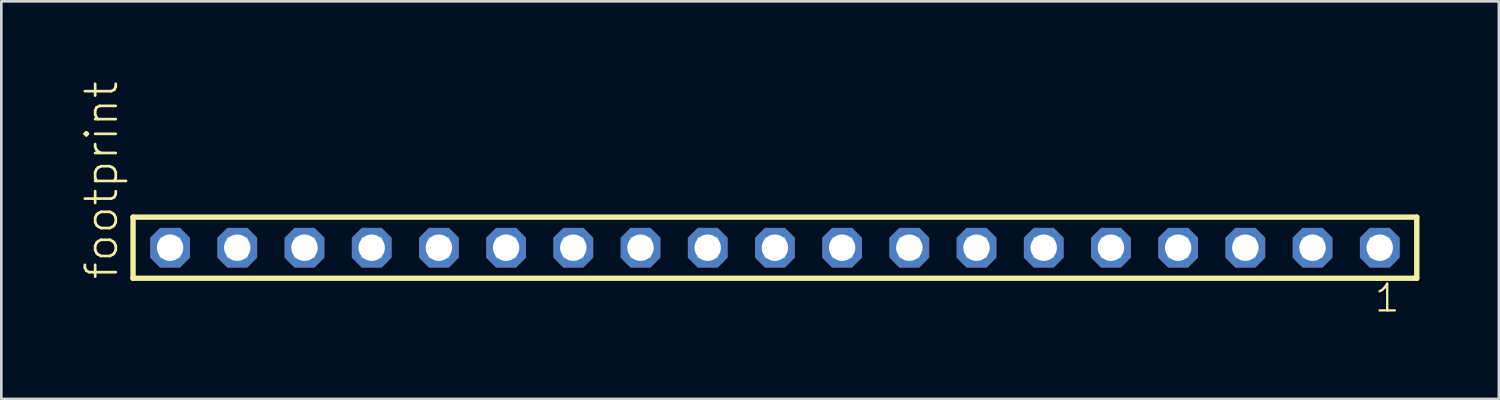
<source format=kicad_pcb>
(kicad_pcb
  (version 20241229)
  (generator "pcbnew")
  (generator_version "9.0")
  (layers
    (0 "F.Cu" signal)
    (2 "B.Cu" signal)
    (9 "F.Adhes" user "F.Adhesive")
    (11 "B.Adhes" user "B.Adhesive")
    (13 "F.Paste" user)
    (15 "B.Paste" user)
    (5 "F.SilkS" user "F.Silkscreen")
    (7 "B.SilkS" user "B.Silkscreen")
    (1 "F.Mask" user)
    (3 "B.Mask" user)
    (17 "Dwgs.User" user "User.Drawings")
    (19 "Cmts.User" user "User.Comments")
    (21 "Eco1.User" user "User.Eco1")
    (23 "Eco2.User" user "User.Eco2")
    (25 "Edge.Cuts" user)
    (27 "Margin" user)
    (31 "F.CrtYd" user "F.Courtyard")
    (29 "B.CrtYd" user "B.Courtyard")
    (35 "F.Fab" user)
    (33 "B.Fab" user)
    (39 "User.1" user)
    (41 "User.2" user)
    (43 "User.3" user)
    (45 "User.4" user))
  (footprint "footprint"
    (layer "F.Cu")
    (at 26.238 6.312)
    (property "Reference" "footprint" (at -24.765 1.27 90) (layer "F.SilkS") (effects (font (size 1.168 1.168) (thickness 0.102)) (justify left bottom)))
    (fp_line (start -24.259 -1.155) (end 24.259 -1.155) (stroke (width 0.203) (type solid)) (layer "F.SilkS"))
    (fp_line (start -24.259 1.155) (end -24.259 -1.155) (stroke (width 0.203) (type solid)) (layer "F.SilkS"))
    (fp_line (start 24.259 -1.155) (end 24.259 1.155) (stroke (width 0.203) (type solid)) (layer "F.SilkS"))
    (fp_line (start 24.259 1.155) (end -24.259 1.155) (stroke (width 0.203) (type solid)) (layer "F.SilkS"))
    (fp_poly (pts (xy -23.21 0.35) (xy -22.51 0.35) (xy -22.51 -0.35) (xy -23.21 -0.35)) (stroke (width 0.1) (type solid)) (fill no) (layer "F.Fab"))
    (fp_poly (pts (xy -20.67 0.35) (xy -19.97 0.35) (xy -19.97 -0.35) (xy -20.67 -0.35)) (stroke (width 0.1) (type solid)) (fill no) (layer "F.Fab"))
    (fp_poly (pts (xy -18.13 0.35) (xy -17.43 0.35) (xy -17.43 -0.35) (xy -18.13 -0.35)) (stroke (width 0.1) (type solid)) (fill no) (layer "F.Fab"))
    (fp_poly (pts (xy -15.59 0.35) (xy -14.89 0.35) (xy -14.89 -0.35) (xy -15.59 -0.35)) (stroke (width 0.1) (type solid)) (fill no) (layer "F.Fab"))
    (fp_poly (pts (xy -13.05 0.35) (xy -12.35 0.35) (xy -12.35 -0.35) (xy -13.05 -0.35)) (stroke (width 0.1) (type solid)) (fill no) (layer "F.Fab"))
    (fp_poly (pts (xy -10.51 0.35) (xy -9.81 0.35) (xy -9.81 -0.35) (xy -10.51 -0.35)) (stroke (width 0.1) (type solid)) (fill no) (layer "F.Fab"))
    (fp_poly (pts (xy -7.97 0.35) (xy -7.27 0.35) (xy -7.27 -0.35) (xy -7.97 -0.35)) (stroke (width 0.1) (type solid)) (fill no) (layer "F.Fab"))
    (fp_poly (pts (xy -5.43 0.35) (xy -4.73 0.35) (xy -4.73 -0.35) (xy -5.43 -0.35)) (stroke (width 0.1) (type solid)) (fill no) (layer "F.Fab"))
    (fp_poly (pts (xy -2.89 0.35) (xy -2.19 0.35) (xy -2.19 -0.35) (xy -2.89 -0.35)) (stroke (width 0.1) (type solid)) (fill no) (layer "F.Fab"))
    (fp_poly (pts (xy -0.35 0.35) (xy 0.35 0.35) (xy 0.35 -0.35) (xy -0.35 -0.35)) (stroke (width 0.1) (type solid)) (fill no) (layer "F.Fab"))
    (fp_poly (pts (xy 2.19 0.35) (xy 2.89 0.35) (xy 2.89 -0.35) (xy 2.19 -0.35)) (stroke (width 0.1) (type solid)) (fill no) (layer "F.Fab"))
    (fp_poly (pts (xy 4.73 0.35) (xy 5.43 0.35) (xy 5.43 -0.35) (xy 4.73 -0.35)) (stroke (width 0.1) (type solid)) (fill no) (layer "F.Fab"))
    (fp_poly (pts (xy 7.27 0.35) (xy 7.97 0.35) (xy 7.97 -0.35) (xy 7.27 -0.35)) (stroke (width 0.1) (type solid)) (fill no) (layer "F.Fab"))
    (fp_poly (pts (xy 9.81 0.35) (xy 10.51 0.35) (xy 10.51 -0.35) (xy 9.81 -0.35)) (stroke (width 0.1) (type solid)) (fill no) (layer "F.Fab"))
    (fp_poly (pts (xy 12.35 0.35) (xy 13.05 0.35) (xy 13.05 -0.35) (xy 12.35 -0.35)) (stroke (width 0.1) (type solid)) (fill no) (layer "F.Fab"))
    (fp_poly (pts (xy 14.89 0.35) (xy 15.59 0.35) (xy 15.59 -0.35) (xy 14.89 -0.35)) (stroke (width 0.1) (type solid)) (fill no) (layer "F.Fab"))
    (fp_poly (pts (xy 17.43 0.35) (xy 18.13 0.35) (xy 18.13 -0.35) (xy 17.43 -0.35)) (stroke (width 0.1) (type solid)) (fill no) (layer "F.Fab"))
    (fp_poly (pts (xy 19.97 0.35) (xy 20.67 0.35) (xy 20.67 -0.35) (xy 19.97 -0.35)) (stroke (width 0.1) (type solid)) (fill no) (layer "F.Fab"))
    (fp_poly (pts (xy 22.51 0.35) (xy 23.21 0.35) (xy 23.21 -0.35) (xy 22.51 -0.35)) (stroke (width 0.1) (type solid)) (fill no) (layer "F.Fab"))
    (fp_text user "1" (at 22.602 2.498 0) (layer "F.SilkS") (effects (font (size 1.012 1.012) (thickness 0.088)) (justify left bottom)))
    (pad "1" thru_hole roundrect (at 22.86 0 180) (size 1.5 1.5) (drill 1) (layers "*.Cu" "*.Mask") (roundrect_rratio 0.25) (chamfer_ratio 0.25) (chamfer top_left top_right bottom_left bottom_right))
    (pad "2" thru_hole roundrect (at 20.32 0 180) (size 1.5 1.5) (drill 1) (layers "*.Cu" "*.Mask") (roundrect_rratio 0.25) (chamfer_ratio 0.25) (chamfer top_left top_right bottom_left bottom_right))
    (pad "3" thru_hole roundrect (at 17.78 0 180) (size 1.5 1.5) (drill 1) (layers "*.Cu" "*.Mask") (roundrect_rratio 0.25) (chamfer_ratio 0.25) (chamfer top_left top_right bottom_left bottom_right))
    (pad "4" thru_hole roundrect (at 15.24 0 180) (size 1.5 1.5) (drill 1) (layers "*.Cu" "*.Mask") (roundrect_rratio 0.25) (chamfer_ratio 0.25) (chamfer top_left top_right bottom_left bottom_right))
    (pad "5" thru_hole roundrect (at 12.7 0 180) (size 1.5 1.5) (drill 1) (layers "*.Cu" "*.Mask") (roundrect_rratio 0.25) (chamfer_ratio 0.25) (chamfer top_left top_right bottom_left bottom_right))
    (pad "6" thru_hole roundrect (at 10.16 0 180) (size 1.5 1.5) (drill 1) (layers "*.Cu" "*.Mask") (roundrect_rratio 0.25) (chamfer_ratio 0.25) (chamfer top_left top_right bottom_left bottom_right))
    (pad "7" thru_hole roundrect (at 7.62 0 180) (size 1.5 1.5) (drill 1) (layers "*.Cu" "*.Mask") (roundrect_rratio 0.25) (chamfer_ratio 0.25) (chamfer top_left top_right bottom_left bottom_right))
    (pad "8" thru_hole roundrect (at 5.08 0 180) (size 1.5 1.5) (drill 1) (layers "*.Cu" "*.Mask") (roundrect_rratio 0.25) (chamfer_ratio 0.25) (chamfer top_left top_right bottom_left bottom_right))
    (pad "9" thru_hole roundrect (at 2.54 0 180) (size 1.5 1.5) (drill 1) (layers "*.Cu" "*.Mask") (roundrect_rratio 0.25) (chamfer_ratio 0.25) (chamfer top_left top_right bottom_left bottom_right))
    (pad "10" thru_hole roundrect (at 0 0 180) (size 1.5 1.5) (drill 1) (layers "*.Cu" "*.Mask") (roundrect_rratio 0.25) (chamfer_ratio 0.25) (chamfer top_left top_right bottom_left bottom_right))
    (pad "11" thru_hole roundrect (at -2.54 0 180) (size 1.5 1.5) (drill 1) (layers "*.Cu" "*.Mask") (roundrect_rratio 0.25) (chamfer_ratio 0.25) (chamfer top_left top_right bottom_left bottom_right))
    (pad "12" thru_hole roundrect (at -5.08 0 180) (size 1.5 1.5) (drill 1) (layers "*.Cu" "*.Mask") (roundrect_rratio 0.25) (chamfer_ratio 0.25) (chamfer top_left top_right bottom_left bottom_right))
    (pad "13" thru_hole roundrect (at -7.62 0 180) (size 1.5 1.5) (drill 1) (layers "*.Cu" "*.Mask") (roundrect_rratio 0.25) (chamfer_ratio 0.25) (chamfer top_left top_right bottom_left bottom_right))
    (pad "14" thru_hole roundrect (at -10.16 0 180) (size 1.5 1.5) (drill 1) (layers "*.Cu" "*.Mask") (roundrect_rratio 0.25) (chamfer_ratio 0.25) (chamfer top_left top_right bottom_left bottom_right))
    (pad "15" thru_hole roundrect (at -12.7 0 180) (size 1.5 1.5) (drill 1) (layers "*.Cu" "*.Mask") (roundrect_rratio 0.25) (chamfer_ratio 0.25) (chamfer top_left top_right bottom_left bottom_right))
    (pad "16" thru_hole roundrect (at -15.24 0 180) (size 1.5 1.5) (drill 1) (layers "*.Cu" "*.Mask") (roundrect_rratio 0.25) (chamfer_ratio 0.25) (chamfer top_left top_right bottom_left bottom_right))
    (pad "17" thru_hole roundrect (at -17.78 0 180) (size 1.5 1.5) (drill 1) (layers "*.Cu" "*.Mask") (roundrect_rratio 0.25) (chamfer_ratio 0.25) (chamfer top_left top_right bottom_left bottom_right))
    (pad "18" thru_hole roundrect (at -20.32 0 180) (size 1.5 1.5) (drill 1) (layers "*.Cu" "*.Mask") (roundrect_rratio 0.25) (chamfer_ratio 0.25) (chamfer top_left top_right bottom_left bottom_right))
    (pad "19" thru_hole roundrect (at -22.86 0 180) (size 1.5 1.5) (drill 1) (layers "*.Cu" "*.Mask") (roundrect_rratio 0.25) (chamfer_ratio 0.25) (chamfer top_left top_right bottom_left bottom_right)))
  (gr_rect
    (start -3 -3)
    (end 53.599 12.027)
    (stroke (width 0.1) (type default))
    (fill no)
    (layer "Edge.Cuts")))
</source>
